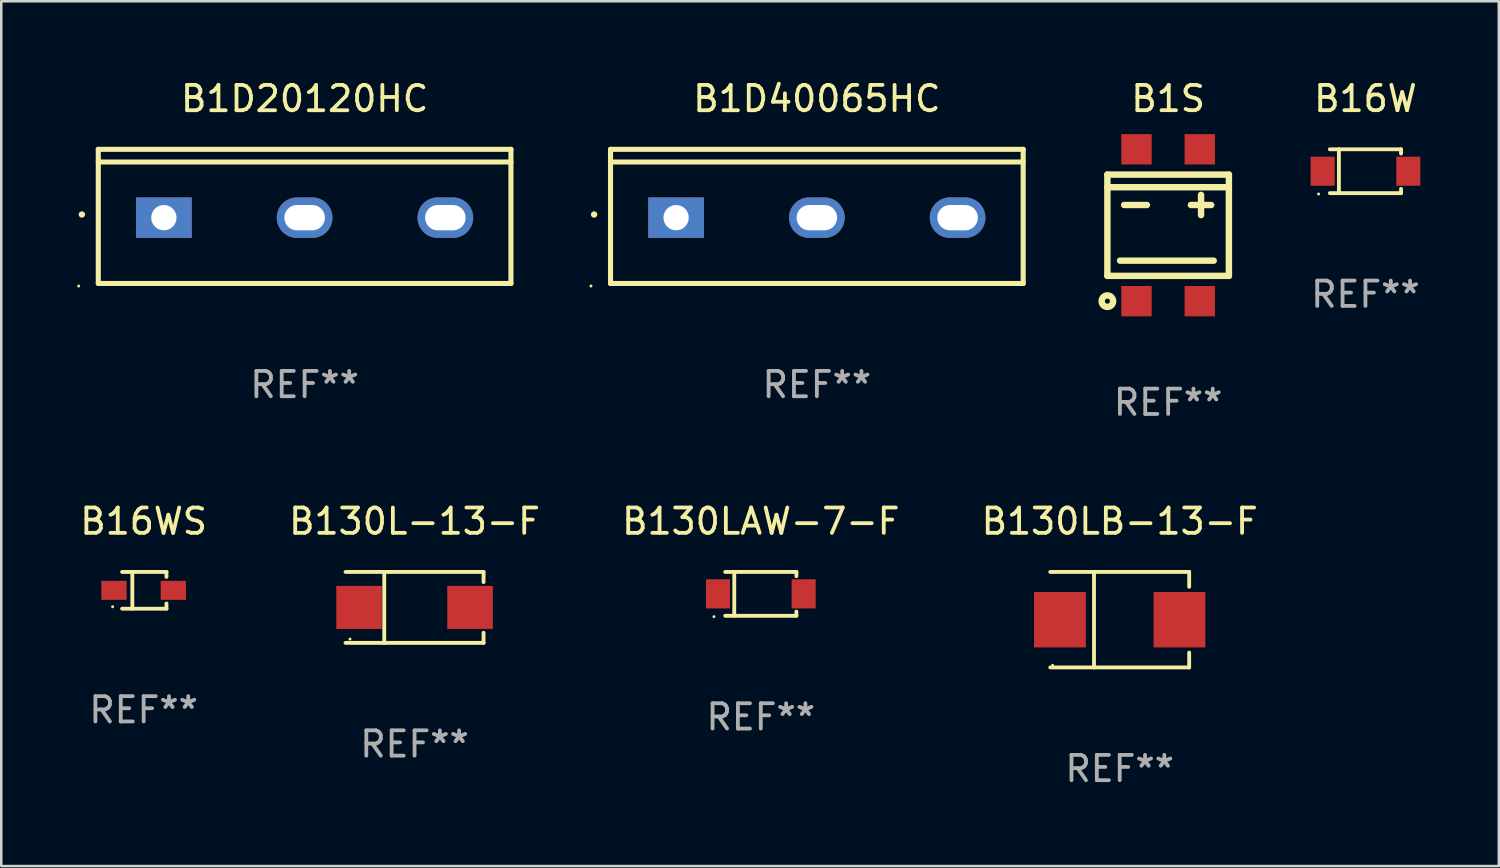
<source format=kicad_pcb>
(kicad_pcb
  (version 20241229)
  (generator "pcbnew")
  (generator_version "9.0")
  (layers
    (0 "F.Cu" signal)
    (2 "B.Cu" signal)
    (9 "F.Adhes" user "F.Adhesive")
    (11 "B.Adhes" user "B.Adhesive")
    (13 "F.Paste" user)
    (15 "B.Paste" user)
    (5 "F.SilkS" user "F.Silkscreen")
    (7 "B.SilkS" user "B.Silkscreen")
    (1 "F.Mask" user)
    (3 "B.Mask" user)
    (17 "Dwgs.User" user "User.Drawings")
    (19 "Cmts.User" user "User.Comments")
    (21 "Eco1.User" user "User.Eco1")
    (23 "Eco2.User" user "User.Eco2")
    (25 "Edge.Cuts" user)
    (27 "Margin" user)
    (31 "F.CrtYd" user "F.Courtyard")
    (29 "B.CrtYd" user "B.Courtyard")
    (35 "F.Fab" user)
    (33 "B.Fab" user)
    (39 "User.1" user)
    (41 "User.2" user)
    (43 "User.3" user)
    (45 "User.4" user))
  (footprint "B16W"
    (layer "F.Cu")
    (at 50.893 3.714)
    (property "Reference" "B16W" (at 0 -2.866 0) (layer "F.SilkS") (effects (font (size 1 1) (thickness 0.15))))
    (attr through_hole)
    (fp_line (start -1.406 -0.866) (end 1.406 -0.866) (stroke (width 0.152) (type solid)) (layer "F.SilkS"))
    (fp_line (start -1.406 0.866) (end 1.406 0.866) (stroke (width 0.152) (type solid)) (layer "F.SilkS"))
    (fp_line (start -1.049 -0.866) (end -1.049 0.866) (stroke (width 0.152) (type solid)) (layer "F.SilkS"))
    (fp_line (start 1.406 -0.866) (end 1.406 -0.698) (stroke (width 0.152) (type solid)) (layer "F.SilkS"))
    (fp_line (start 1.406 0.866) (end 1.406 0.698) (stroke (width 0.152) (type solid)) (layer "F.SilkS"))
    (fp_circle (center -1.851 0.9) (end -1.821 0.9) (stroke (width 0.06) (type solid)) (fill no) (layer "F.SilkS"))
    (fp_text user "REF**" (at 0 4.866 0) (layer "F.Fab") (effects (font (size 1 1) (thickness 0.15))))
    (pad "1" smd rect (at -1.692 0) (size 0.95 1.15) (layers "F.Cu" "F.Mask" "F.Paste"))
    (pad "2" smd rect (at 1.692 0) (size 0.95 1.15) (layers "F.Cu" "F.Mask" "F.Paste")))
  (footprint "B16WS"
    (layer "F.Cu")
    (at 2.625 20.271)
    (property "Reference" "B16WS" (at 0 -2.726 0) (layer "F.SilkS") (effects (font (size 1 1) (thickness 0.15))))
    (attr through_hole)
    (fp_line (start -0.851 -0.726) (end 0.901 -0.726) (stroke (width 0.152) (type solid)) (layer "F.SilkS"))
    (fp_line (start -0.851 0.726) (end 0.901 0.726) (stroke (width 0.152) (type solid)) (layer "F.SilkS"))
    (fp_line (start -0.447 -0.726) (end -0.447 0.726) (stroke (width 0.152) (type solid)) (layer "F.SilkS"))
    (fp_line (start 0.901 -0.726) (end 0.901 -0.53) (stroke (width 0.152) (type solid)) (layer "F.SilkS"))
    (fp_line (start 0.901 0.726) (end 0.901 0.52) (stroke (width 0.152) (type solid)) (layer "F.SilkS"))
    (fp_circle (center -1.225 0.65) (end -1.195 0.65) (stroke (width 0.06) (type solid)) (fill no) (layer "F.SilkS"))
    (fp_text user "REF**" (at 0 4.726 0) (layer "F.Fab") (effects (font (size 1 1) (thickness 0.15))))
    (pad "1" smd rect (at -1.173 0) (size 1 0.75) (layers "F.Cu" "F.Mask" "F.Paste"))
    (pad "2" smd rect (at 1.173 0) (size 1 0.75) (layers "F.Cu" "F.Mask" "F.Paste")))
  (footprint "B1D20120HC"
    (layer "F.Cu")
    (at 8.984 5.499)
    (property "Reference" "B1D20120HC" (at 0 -4.65 0) (layer "F.SilkS") (effects (font (size 1 1) (thickness 0.15))))
    (attr through_hole)
    (fp_line (start -8.151 -2.65) (end -8.151 2.65) (stroke (width 0.201) (type solid)) (layer "F.SilkS"))
    (fp_line (start 8.151 -2.65) (end -8.151 -2.65) (stroke (width 0.201) (type solid)) (layer "F.SilkS"))
    (fp_line (start 8.151 -2.15) (end -8.151 -2.15) (stroke (width 0.201) (type solid)) (layer "F.SilkS"))
    (fp_line (start 8.151 2.65) (end -8.151 2.65) (stroke (width 0.201) (type solid)) (layer "F.SilkS"))
    (fp_line (start 8.151 2.65) (end 8.151 -2.65) (stroke (width 0.201) (type solid)) (layer "F.SilkS"))
    (fp_arc (start -8.801118 -0.074943) (mid -8.799848 -0.074949) (end -8.798578 -0.074943) (stroke (width 0.24892) (type solid)) (layer "F.SilkS"))
    (fp_circle (center -8.924 2.751) (end -8.894 2.751) (stroke (width 0.06) (type solid)) (fill no) (layer "F.SilkS"))
    (fp_text user "REF**" (at 0 6.65 0) (layer "F.Fab") (effects (font (size 1 1) (thickness 0.15))))
    (pad "1" thru_hole rect (at -5.56 0.05 90) (size 1.6 2.2) (drill 1) (layers "*.Cu" "*.Mask"))
    (pad "2" thru_hole oval (at 0 0.05 90) (size 1.6 2.2) (drill oval 1 1.6) (layers "*.Cu" "*.Mask"))
    (pad "3" thru_hole oval (at 5.56 0.05 90) (size 1.6 2.2) (drill oval 1 1.6) (layers "*.Cu" "*.Mask")))
  (footprint "B130LAW-7-F"
    (layer "F.Cu")
    (at 27.006 20.411)
    (property "Reference" "B130LAW-7-F" (at 0 -2.866 0) (layer "F.SilkS") (effects (font (size 1 1) (thickness 0.15))))
    (attr through_hole)
    (fp_line (start -1.406 -0.866) (end 1.406 -0.866) (stroke (width 0.152) (type solid)) (layer "F.SilkS"))
    (fp_line (start -1.406 0.866) (end 1.406 0.866) (stroke (width 0.152) (type solid)) (layer "F.SilkS"))
    (fp_line (start -1.049 -0.866) (end -1.049 0.866) (stroke (width 0.152) (type solid)) (layer "F.SilkS"))
    (fp_line (start 1.406 -0.866) (end 1.406 -0.698) (stroke (width 0.152) (type solid)) (layer "F.SilkS"))
    (fp_line (start 1.406 0.866) (end 1.406 0.698) (stroke (width 0.152) (type solid)) (layer "F.SilkS"))
    (fp_circle (center -1.851 0.9) (end -1.821 0.9) (stroke (width 0.06) (type solid)) (fill no) (layer "F.SilkS"))
    (fp_text user "REF**" (at 0 4.866 0) (layer "F.Fab") (effects (font (size 1 1) (thickness 0.15))))
    (pad "1" smd rect (at -1.692 0) (size 0.95 1.15) (layers "F.Cu" "F.Mask" "F.Paste"))
    (pad "2" smd rect (at 1.692 0) (size 0.95 1.15) (layers "F.Cu" "F.Mask" "F.Paste")))
  (footprint "B130LB-13-F"
    (layer "F.Cu")
    (at 41.185 21.431)
    (property "Reference" "B130LB-13-F" (at 0 -3.886 0) (layer "F.SilkS") (effects (font (size 1 1) (thickness 0.15))))
    (attr through_hole)
    (fp_line (start -2.744 -1.886) (end 2.744 -1.886) (stroke (width 0.152) (type solid)) (layer "F.SilkS"))
    (fp_line (start -2.744 1.886) (end 2.744 1.886) (stroke (width 0.152) (type solid)) (layer "F.SilkS"))
    (fp_line (start -1.016 -1.886) (end -1.016 1.886) (stroke (width 0.152) (type solid)) (layer "F.SilkS"))
    (fp_line (start 2.744 -1.886) (end 2.744 -1.299) (stroke (width 0.152) (type solid)) (layer "F.SilkS"))
    (fp_line (start 2.744 1.886) (end 2.744 1.299) (stroke (width 0.152) (type solid)) (layer "F.SilkS"))
    (fp_circle (center -2.65 1.8) (end -2.62 1.8) (stroke (width 0.06) (type solid)) (fill no) (layer "F.SilkS"))
    (fp_text user "REF**" (at 0 5.886 0) (layer "F.Fab") (effects (font (size 1 1) (thickness 0.15))))
    (pad "1" smd rect (at -2.361 0) (size 2.047 2.192) (layers "F.Cu" "F.Mask" "F.Paste"))
    (pad "2" smd rect (at 2.361 0) (size 2.047 2.192) (layers "F.Cu" "F.Mask" "F.Paste")))
  (footprint "B1D40065HC"
    (layer "F.Cu")
    (at 29.22 5.499)
    (property "Reference" "B1D40065HC" (at 0 -4.65 0) (layer "F.SilkS") (effects (font (size 1 1) (thickness 0.15))))
    (attr through_hole)
    (fp_line (start -8.151 -2.65) (end -8.151 2.65) (stroke (width 0.201) (type solid)) (layer "F.SilkS"))
    (fp_line (start 8.151 -2.65) (end -8.151 -2.65) (stroke (width 0.201) (type solid)) (layer "F.SilkS"))
    (fp_line (start 8.151 -2.15) (end -8.151 -2.15) (stroke (width 0.201) (type solid)) (layer "F.SilkS"))
    (fp_line (start 8.151 2.65) (end -8.151 2.65) (stroke (width 0.201) (type solid)) (layer "F.SilkS"))
    (fp_line (start 8.151 2.65) (end 8.151 -2.65) (stroke (width 0.201) (type solid)) (layer "F.SilkS"))
    (fp_arc (start -8.801118 -0.074943) (mid -8.799848 -0.074949) (end -8.798578 -0.074943) (stroke (width 0.24892) (type solid)) (layer "F.SilkS"))
    (fp_circle (center -8.924 2.751) (end -8.894 2.751) (stroke (width 0.06) (type solid)) (fill no) (layer "F.SilkS"))
    (fp_text user "REF**" (at 0 6.65 0) (layer "F.Fab") (effects (font (size 1 1) (thickness 0.15))))
    (pad "1" thru_hole rect (at -5.56 0.05 90) (size 1.6 2.2) (drill 1) (layers "*.Cu" "*.Mask"))
    (pad "2" thru_hole oval (at 0 0.05 90) (size 1.6 2.2) (drill oval 1 1.6) (layers "*.Cu" "*.Mask"))
    (pad "3" thru_hole oval (at 5.56 0.05 90) (size 1.6 2.2) (drill oval 1 1.6) (layers "*.Cu" "*.Mask")))
  (footprint "B1S"
    (layer "F.Cu")
    (at 43.098 5.848)
    (property "Reference" "B1S" (at 0 -5 0) (layer "F.SilkS") (effects (font (size 1 1) (thickness 0.15))))
    (attr through_hole)
    (fp_line (start -2.4 -2) (end -2.4 2) (stroke (width 0.254) (type solid)) (layer "F.SilkS"))
    (fp_line (start -2.4 -2) (end 2.4 -2) (stroke (width 0.254) (type solid)) (layer "F.SilkS"))
    (fp_line (start -2.4 -1.501) (end 2.4 -1.501) (stroke (width 0.254) (type solid)) (layer "F.SilkS"))
    (fp_line (start -2.4 2) (end 2.4 2) (stroke (width 0.254) (type solid)) (layer "F.SilkS"))
    (fp_line (start -1.9 1.4) (end 1.8 1.4) (stroke (width 0.254) (type solid)) (layer "F.SilkS"))
    (fp_line (start -1.738 -0.8) (end -0.838 -0.8) (stroke (width 0.254) (type solid)) (layer "F.SilkS"))
    (fp_line (start 0.9 -0.8) (end 1.7 -0.8) (stroke (width 0.254) (type solid)) (layer "F.SilkS"))
    (fp_line (start 1.3 -0.4) (end 1.3 -1.2) (stroke (width 0.254) (type solid)) (layer "F.SilkS"))
    (fp_line (start 2.4 -2) (end 2.4 2) (stroke (width 0.254) (type solid)) (layer "F.SilkS"))
    (fp_circle (center -2.4 3) (end -2.3 3) (stroke (width 0.254) (type solid)) (fill no) (layer "F.SilkS"))
    (fp_text user "REF**" (at 0 7 0) (layer "F.Fab") (effects (font (size 1 1) (thickness 0.15))))
    (pad "1" smd rect (at -1.25 3) (size 1.2 1.2) (layers "F.Cu" "F.Mask" "F.Paste"))
    (pad "2" smd rect (at 1.25 3) (size 1.2 1.2) (layers "F.Cu" "F.Mask" "F.Paste"))
    (pad "3" smd rect (at 1.25 -3) (size 1.2 1.2) (layers "F.Cu" "F.Mask" "F.Paste"))
    (pad "4" smd rect (at -1.25 -3) (size 1.2 1.2) (layers "F.Cu" "F.Mask" "F.Paste")))
  (footprint "B130L-13-F"
    (layer "F.Cu")
    (at 13.327 20.946)
    (property "Reference" "B130L-13-F" (at 0 -3.401 0) (layer "F.SilkS") (effects (font (size 1 1) (thickness 0.15))))
    (attr through_hole)
    (fp_line (start -2.726 -1.401) (end 2.726 -1.401) (stroke (width 0.152) (type solid)) (layer "F.SilkS"))
    (fp_line (start -2.726 1.401) (end 2.726 1.401) (stroke (width 0.152) (type solid)) (layer "F.SilkS"))
    (fp_line (start -1.197 -1.401) (end -1.197 1.401) (stroke (width 0.152) (type solid)) (layer "F.SilkS"))
    (fp_line (start 2.726 -1.401) (end 2.726 -1) (stroke (width 0.152) (type solid)) (layer "F.SilkS"))
    (fp_line (start 2.726 1.401) (end 2.726 1) (stroke (width 0.152) (type solid)) (layer "F.SilkS"))
    (fp_circle (center -2.55 1.25) (end -2.52 1.25) (stroke (width 0.06) (type solid)) (fill no) (layer "F.SilkS"))
    (fp_text user "REF**" (at 0 5.401 0) (layer "F.Fab") (effects (font (size 1 1) (thickness 0.15))))
    (pad "1" smd rect (at -2.192 0) (size 1.8 1.7) (layers "F.Cu" "F.Mask" "F.Paste"))
    (pad "2" smd rect (at 2.192 0) (size 1.8 1.7) (layers "F.Cu" "F.Mask" "F.Paste")))
  (gr_rect
    (start -3 -3)
    (end 56.161 31.165)
    (stroke (width 0.1) (type default))
    (fill no)
    (layer "Edge.Cuts")))
</source>
